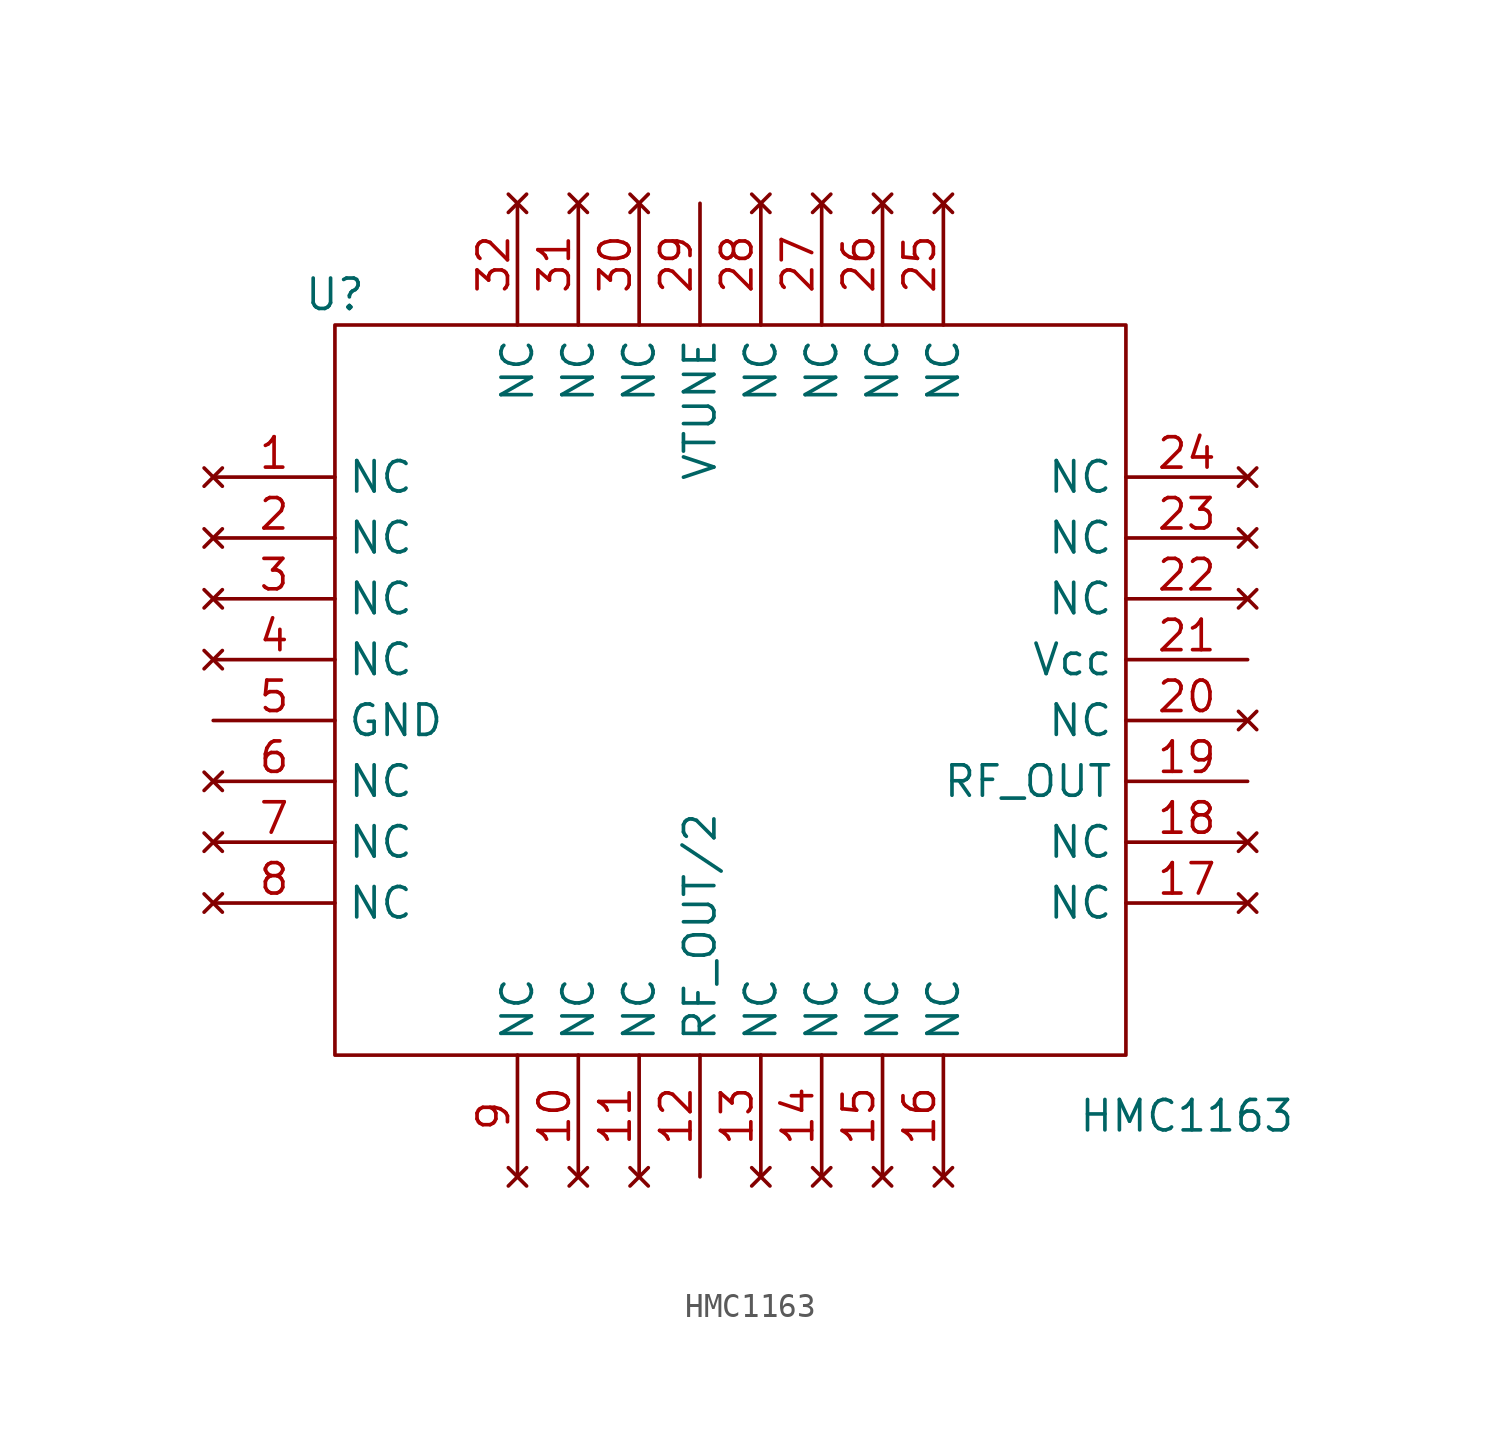
<source format=kicad_sym>
(kicad_symbol_lib
  (version 20211014)
  (generator kicad_symbol_editor)
  (symbol "vco_module:HMC1163"
    (property "Reference" "U"
      (at -16.51 16.51 0)
      (effects (font (size 1.27 1.27))))
    (property "Value" "HMC1163"
      (at 19.05 -17.78 0)
      (effects (font (size 1.27 1.27))))
    (symbol "HMC1163_0_1"
      (rectangle (start -16.51 15.24) (end 16.51 -15.24) (stroke (width 0.152) (type default) (color 0 0 0 0)) (fill (type none))))
    (symbol "HMC1163_1_1"
      (pin no_connect line (at -21.59 8.89 0) (length 5.08) (name "NC" (effects (font (size 1.27 1.27)))) (number "1" (effects (font (size 1.27 1.27)))))
      (pin no_connect line (at -6.35 -20.32 90) (length 5.08) (name "NC" (effects (font (size 1.27 1.27)))) (number "10" (effects (font (size 1.27 1.27)))))
      (pin no_connect line (at -3.81 -20.32 90) (length 5.08) (name "NC" (effects (font (size 1.27 1.27)))) (number "11" (effects (font (size 1.27 1.27)))))
      (pin output line (at -1.27 -20.32 90) (length 5.08) (name "RF_OUT/2" (effects (font (size 1.27 1.27)))) (number "12" (effects (font (size 1.27 1.27)))))
      (pin no_connect line (at 1.27 -20.32 90) (length 5.08) (name "NC" (effects (font (size 1.27 1.27)))) (number "13" (effects (font (size 1.27 1.27)))))
      (pin no_connect line (at 3.81 -20.32 90) (length 5.08) (name "NC" (effects (font (size 1.27 1.27)))) (number "14" (effects (font (size 1.27 1.27)))))
      (pin no_connect line (at 6.35 -20.32 90) (length 5.08) (name "NC" (effects (font (size 1.27 1.27)))) (number "15" (effects (font (size 1.27 1.27)))))
      (pin no_connect line (at 8.89 -20.32 90) (length 5.08) (name "NC" (effects (font (size 1.27 1.27)))) (number "16" (effects (font (size 1.27 1.27)))))
      (pin no_connect line (at 21.59 -8.89 180) (length 5.08) (name "NC" (effects (font (size 1.27 1.27)))) (number "17" (effects (font (size 1.27 1.27)))))
      (pin no_connect line (at 21.59 -6.35 180) (length 5.08) (name "NC" (effects (font (size 1.27 1.27)))) (number "18" (effects (font (size 1.27 1.27)))))
      (pin output line (at 21.59 -3.81 180) (length 5.08) (name "RF_OUT" (effects (font (size 1.27 1.27)))) (number "19" (effects (font (size 1.27 1.27)))))
      (pin no_connect line (at -21.59 6.35 0) (length 5.08) (name "NC" (effects (font (size 1.27 1.27)))) (number "2" (effects (font (size 1.27 1.27)))))
      (pin no_connect line (at 21.59 -1.27 180) (length 5.08) (name "NC" (effects (font (size 1.27 1.27)))) (number "20" (effects (font (size 1.27 1.27)))))
      (pin input line (at 21.59 1.27 180) (length 5.08) (name "Vcc" (effects (font (size 1.27 1.27)))) (number "21" (effects (font (size 1.27 1.27)))))
      (pin no_connect line (at 21.59 3.81 180) (length 5.08) (name "NC" (effects (font (size 1.27 1.27)))) (number "22" (effects (font (size 1.27 1.27)))))
      (pin no_connect line (at 21.59 6.35 180) (length 5.08) (name "NC" (effects (font (size 1.27 1.27)))) (number "23" (effects (font (size 1.27 1.27)))))
      (pin no_connect line (at 21.59 8.89 180) (length 5.08) (name "NC" (effects (font (size 1.27 1.27)))) (number "24" (effects (font (size 1.27 1.27)))))
      (pin no_connect line (at 8.89 20.32 270) (length 5.08) (name "NC" (effects (font (size 1.27 1.27)))) (number "25" (effects (font (size 1.27 1.27)))))
      (pin no_connect line (at 6.35 20.32 270) (length 5.08) (name "NC" (effects (font (size 1.27 1.27)))) (number "26" (effects (font (size 1.27 1.27)))))
      (pin no_connect line (at 3.81 20.32 270) (length 5.08) (name "NC" (effects (font (size 1.27 1.27)))) (number "27" (effects (font (size 1.27 1.27)))))
      (pin no_connect line (at 1.27 20.32 270) (length 5.08) (name "NC" (effects (font (size 1.27 1.27)))) (number "28" (effects (font (size 1.27 1.27)))))
      (pin input line (at -1.27 20.32 270) (length 5.08) (name "VTUNE" (effects (font (size 1.27 1.27)))) (number "29" (effects (font (size 1.27 1.27)))))
      (pin no_connect line (at -21.59 3.81 0) (length 5.08) (name "NC" (effects (font (size 1.27 1.27)))) (number "3" (effects (font (size 1.27 1.27)))))
      (pin no_connect line (at -3.81 20.32 270) (length 5.08) (name "NC" (effects (font (size 1.27 1.27)))) (number "30" (effects (font (size 1.27 1.27)))))
      (pin no_connect line (at -6.35 20.32 270) (length 5.08) (name "NC" (effects (font (size 1.27 1.27)))) (number "31" (effects (font (size 1.27 1.27)))))
      (pin no_connect line (at -8.89 20.32 270) (length 5.08) (name "NC" (effects (font (size 1.27 1.27)))) (number "32" (effects (font (size 1.27 1.27)))))
      (pin no_connect line (at -21.59 1.27 0) (length 5.08) (name "NC" (effects (font (size 1.27 1.27)))) (number "4" (effects (font (size 1.27 1.27)))))
      (pin input line (at -21.59 -1.27 0) (length 5.08) (name "GND" (effects (font (size 1.27 1.27)))) (number "5" (effects (font (size 1.27 1.27)))))
      (pin no_connect line (at -21.59 -3.81 0) (length 5.08) (name "NC" (effects (font (size 1.27 1.27)))) (number "6" (effects (font (size 1.27 1.27)))))
      (pin no_connect line (at -21.59 -6.35 0) (length 5.08) (name "NC" (effects (font (size 1.27 1.27)))) (number "7" (effects (font (size 1.27 1.27)))))
      (pin no_connect line (at -21.59 -8.89 0) (length 5.08) (name "NC" (effects (font (size 1.27 1.27)))) (number "8" (effects (font (size 1.27 1.27)))))
      (pin no_connect line (at -8.89 -20.32 90) (length 5.08) (name "NC" (effects (font (size 1.27 1.27)))) (number "9" (effects (font (size 1.27 1.27))))))))
</source>
